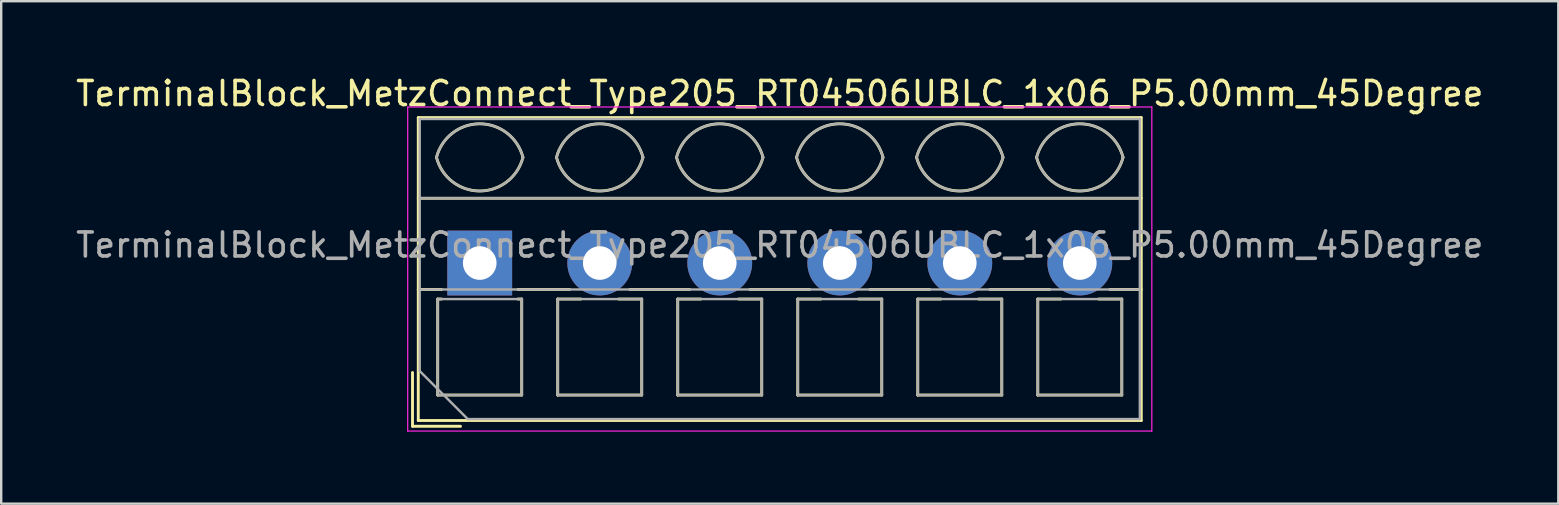
<source format=kicad_pcb>
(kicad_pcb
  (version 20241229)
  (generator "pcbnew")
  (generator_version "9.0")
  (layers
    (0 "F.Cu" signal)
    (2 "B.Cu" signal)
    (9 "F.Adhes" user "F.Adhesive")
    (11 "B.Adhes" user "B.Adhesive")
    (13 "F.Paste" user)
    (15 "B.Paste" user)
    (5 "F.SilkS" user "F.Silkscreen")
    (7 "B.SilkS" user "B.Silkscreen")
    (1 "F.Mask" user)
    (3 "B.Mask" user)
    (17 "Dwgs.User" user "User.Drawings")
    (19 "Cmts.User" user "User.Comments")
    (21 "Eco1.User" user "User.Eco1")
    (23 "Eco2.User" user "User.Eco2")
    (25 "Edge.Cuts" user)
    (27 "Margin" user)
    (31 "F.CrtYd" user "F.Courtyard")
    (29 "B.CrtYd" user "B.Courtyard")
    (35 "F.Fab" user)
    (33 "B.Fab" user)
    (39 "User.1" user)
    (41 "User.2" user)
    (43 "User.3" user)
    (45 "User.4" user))
  (footprint "TerminalBlock_MetzConnect_Type205_RT04506UBLC_1x06_P5.00mm_45Degree"
    (layer "F.Cu")
    (at 16.935 7.908)
    (property "Reference" "TerminalBlock_MetzConnect_Type205_RT04506UBLC_1x06_P5.00mm_45Degree" (at 12.5 -7.06 0) (layer "F.SilkS") (effects (font (size 1 1) (thickness 0.15))))
    (attr through_hole)
    (fp_line (start -2.8 4.56) (end -2.8 6.8) (stroke (width 0.12) (type solid)) (layer "F.SilkS"))
    (fp_line (start -2.8 6.8) (end -0.8 6.8) (stroke (width 0.12) (type solid)) (layer "F.SilkS"))
    (fp_line (start -2.56 -6.06) (end -2.56 6.56) (stroke (width 0.12) (type solid)) (layer "F.SilkS"))
    (fp_line (start -2.56 -6.06) (end 27.56 -6.06) (stroke (width 0.12) (type solid)) (layer "F.SilkS"))
    (fp_line (start -2.56 -2.7) (end 27.56 -2.7) (stroke (width 0.12) (type solid)) (layer "F.SilkS"))
    (fp_line (start -2.56 1.1) (end -1.59 1.1) (stroke (width 0.12) (type solid)) (layer "F.SilkS"))
    (fp_line (start -2.56 6.56) (end 27.56 6.56) (stroke (width 0.12) (type solid)) (layer "F.SilkS"))
    (fp_line (start -1.75 1.5) (end -1.75 5.5) (stroke (width 0.12) (type solid)) (layer "F.SilkS"))
    (fp_line (start -1.75 1.5) (end -1.59 1.5) (stroke (width 0.12) (type solid)) (layer "F.SilkS"))
    (fp_line (start -1.75 5.5) (end 1.75 5.5) (stroke (width 0.12) (type solid)) (layer "F.SilkS"))
    (fp_line (start 1.59 1.1) (end 3.744 1.1) (stroke (width 0.12) (type solid)) (layer "F.SilkS"))
    (fp_line (start 1.59 1.5) (end 1.75 1.5) (stroke (width 0.12) (type solid)) (layer "F.SilkS"))
    (fp_line (start 1.75 1.5) (end 1.75 5.5) (stroke (width 0.12) (type solid)) (layer "F.SilkS"))
    (fp_line (start 3.25 1.5) (end 3.25 5.5) (stroke (width 0.12) (type solid)) (layer "F.SilkS"))
    (fp_line (start 3.25 1.5) (end 4.216 1.5) (stroke (width 0.12) (type solid)) (layer "F.SilkS"))
    (fp_line (start 3.25 5.5) (end 6.75 5.5) (stroke (width 0.12) (type solid)) (layer "F.SilkS"))
    (fp_line (start 5.785 1.5) (end 6.75 1.5) (stroke (width 0.12) (type solid)) (layer "F.SilkS"))
    (fp_line (start 6.257 1.1) (end 8.744 1.1) (stroke (width 0.12) (type solid)) (layer "F.SilkS"))
    (fp_line (start 6.75 1.5) (end 6.75 5.5) (stroke (width 0.12) (type solid)) (layer "F.SilkS"))
    (fp_line (start 8.25 1.5) (end 8.25 5.5) (stroke (width 0.12) (type solid)) (layer "F.SilkS"))
    (fp_line (start 8.25 1.5) (end 9.216 1.5) (stroke (width 0.12) (type solid)) (layer "F.SilkS"))
    (fp_line (start 8.25 5.5) (end 11.75 5.5) (stroke (width 0.12) (type solid)) (layer "F.SilkS"))
    (fp_line (start 10.785 1.5) (end 11.75 1.5) (stroke (width 0.12) (type solid)) (layer "F.SilkS"))
    (fp_line (start 11.257 1.1) (end 13.744 1.1) (stroke (width 0.12) (type solid)) (layer "F.SilkS"))
    (fp_line (start 11.75 1.5) (end 11.75 5.5) (stroke (width 0.12) (type solid)) (layer "F.SilkS"))
    (fp_line (start 13.25 1.5) (end 13.25 5.5) (stroke (width 0.12) (type solid)) (layer "F.SilkS"))
    (fp_line (start 13.25 1.5) (end 14.216 1.5) (stroke (width 0.12) (type solid)) (layer "F.SilkS"))
    (fp_line (start 13.25 5.5) (end 16.75 5.5) (stroke (width 0.12) (type solid)) (layer "F.SilkS"))
    (fp_line (start 15.785 1.5) (end 16.75 1.5) (stroke (width 0.12) (type solid)) (layer "F.SilkS"))
    (fp_line (start 16.257 1.1) (end 18.744 1.1) (stroke (width 0.12) (type solid)) (layer "F.SilkS"))
    (fp_line (start 16.75 1.5) (end 16.75 5.5) (stroke (width 0.12) (type solid)) (layer "F.SilkS"))
    (fp_line (start 18.25 1.5) (end 18.25 5.5) (stroke (width 0.12) (type solid)) (layer "F.SilkS"))
    (fp_line (start 18.25 1.5) (end 19.216 1.5) (stroke (width 0.12) (type solid)) (layer "F.SilkS"))
    (fp_line (start 18.25 5.5) (end 21.75 5.5) (stroke (width 0.12) (type solid)) (layer "F.SilkS"))
    (fp_line (start 20.785 1.5) (end 21.75 1.5) (stroke (width 0.12) (type solid)) (layer "F.SilkS"))
    (fp_line (start 21.257 1.1) (end 23.744 1.1) (stroke (width 0.12) (type solid)) (layer "F.SilkS"))
    (fp_line (start 21.75 1.5) (end 21.75 5.5) (stroke (width 0.12) (type solid)) (layer "F.SilkS"))
    (fp_line (start 23.25 1.5) (end 23.25 5.5) (stroke (width 0.12) (type solid)) (layer "F.SilkS"))
    (fp_line (start 23.25 1.5) (end 24.216 1.5) (stroke (width 0.12) (type solid)) (layer "F.SilkS"))
    (fp_line (start 23.25 5.5) (end 26.75 5.5) (stroke (width 0.12) (type solid)) (layer "F.SilkS"))
    (fp_line (start 25.785 1.5) (end 26.75 1.5) (stroke (width 0.12) (type solid)) (layer "F.SilkS"))
    (fp_line (start 26.257 1.1) (end 27.56 1.1) (stroke (width 0.12) (type solid)) (layer "F.SilkS"))
    (fp_line (start 26.75 1.5) (end 26.75 5.5) (stroke (width 0.12) (type solid)) (layer "F.SilkS"))
    (fp_line (start 27.56 -6.06) (end 27.56 6.56) (stroke (width 0.12) (type solid)) (layer "F.SilkS"))
    (fp_arc (start -1.800846 -4.400605) (mid 0.000312 -5.801077) (end 1.801 -4.4) (stroke (width 0.12) (type solid)) (layer "F.SilkS"))
    (fp_arc (start 1.8 -4.4) (mid -0.000903 -3.000646) (end -1.800445 -4.401751) (stroke (width 0.12) (type solid)) (layer "F.SilkS"))
    (fp_arc (start 3.199154 -4.400605) (mid 5.000312 -5.801077) (end 6.801 -4.4) (stroke (width 0.12) (type solid)) (layer "F.SilkS"))
    (fp_arc (start 6.8 -4.4) (mid 4.999097 -3.000646) (end 3.199555 -4.401751) (stroke (width 0.12) (type solid)) (layer "F.SilkS"))
    (fp_arc (start 8.199154 -4.400605) (mid 10.000312 -5.801077) (end 11.801 -4.4) (stroke (width 0.12) (type solid)) (layer "F.SilkS"))
    (fp_arc (start 11.8 -4.4) (mid 9.999097 -3.000646) (end 8.199555 -4.401751) (stroke (width 0.12) (type solid)) (layer "F.SilkS"))
    (fp_arc (start 13.199154 -4.400605) (mid 15.000312 -5.801077) (end 16.801 -4.4) (stroke (width 0.12) (type solid)) (layer "F.SilkS"))
    (fp_arc (start 16.8 -4.4) (mid 14.999097 -3.000646) (end 13.199555 -4.401751) (stroke (width 0.12) (type solid)) (layer "F.SilkS"))
    (fp_arc (start 18.199154 -4.400605) (mid 20.000312 -5.801077) (end 21.801 -4.4) (stroke (width 0.12) (type solid)) (layer "F.SilkS"))
    (fp_arc (start 21.8 -4.4) (mid 19.999097 -3.000646) (end 18.199555 -4.401751) (stroke (width 0.12) (type solid)) (layer "F.SilkS"))
    (fp_arc (start 23.199154 -4.400605) (mid 25.000312 -5.801077) (end 26.801 -4.4) (stroke (width 0.12) (type solid)) (layer "F.SilkS"))
    (fp_arc (start 26.8 -4.4) (mid 24.999097 -3.000646) (end 23.199555 -4.401751) (stroke (width 0.12) (type solid)) (layer "F.SilkS"))
    (fp_line (start -3 -6.5) (end -3 7) (stroke (width 0.05) (type solid)) (layer "F.CrtYd"))
    (fp_line (start -3 7) (end 28 7) (stroke (width 0.05) (type solid)) (layer "F.CrtYd"))
    (fp_line (start 28 -6.5) (end -3 -6.5) (stroke (width 0.05) (type solid)) (layer "F.CrtYd"))
    (fp_line (start 28 7) (end 28 -6.5) (stroke (width 0.05) (type solid)) (layer "F.CrtYd"))
    (fp_line (start -2.5 -6) (end 27.5 -6) (stroke (width 0.1) (type solid)) (layer "F.Fab"))
    (fp_line (start -2.5 -2.7) (end 27.5 -2.7) (stroke (width 0.1) (type solid)) (layer "F.Fab"))
    (fp_line (start -2.5 1.1) (end 27.5 1.1) (stroke (width 0.1) (type solid)) (layer "F.Fab"))
    (fp_line (start -2.5 4.5) (end -2.5 -6) (stroke (width 0.1) (type solid)) (layer "F.Fab"))
    (fp_line (start -1.75 1.5) (end -1.75 5.5) (stroke (width 0.1) (type solid)) (layer "F.Fab"))
    (fp_line (start -1.75 5.5) (end 1.75 5.5) (stroke (width 0.1) (type solid)) (layer "F.Fab"))
    (fp_line (start -0.5 6.5) (end -2.5 4.5) (stroke (width 0.1) (type solid)) (layer "F.Fab"))
    (fp_line (start 1.75 1.5) (end -1.75 1.5) (stroke (width 0.1) (type solid)) (layer "F.Fab"))
    (fp_line (start 1.75 5.5) (end 1.75 1.5) (stroke (width 0.1) (type solid)) (layer "F.Fab"))
    (fp_line (start 3.25 1.5) (end 3.25 5.5) (stroke (width 0.1) (type solid)) (layer "F.Fab"))
    (fp_line (start 3.25 5.5) (end 6.75 5.5) (stroke (width 0.1) (type solid)) (layer "F.Fab"))
    (fp_line (start 6.75 1.5) (end 3.25 1.5) (stroke (width 0.1) (type solid)) (layer "F.Fab"))
    (fp_line (start 6.75 5.5) (end 6.75 1.5) (stroke (width 0.1) (type solid)) (layer "F.Fab"))
    (fp_line (start 8.25 1.5) (end 8.25 5.5) (stroke (width 0.1) (type solid)) (layer "F.Fab"))
    (fp_line (start 8.25 5.5) (end 11.75 5.5) (stroke (width 0.1) (type solid)) (layer "F.Fab"))
    (fp_line (start 11.75 1.5) (end 8.25 1.5) (stroke (width 0.1) (type solid)) (layer "F.Fab"))
    (fp_line (start 11.75 5.5) (end 11.75 1.5) (stroke (width 0.1) (type solid)) (layer "F.Fab"))
    (fp_line (start 13.25 1.5) (end 13.25 5.5) (stroke (width 0.1) (type solid)) (layer "F.Fab"))
    (fp_line (start 13.25 5.5) (end 16.75 5.5) (stroke (width 0.1) (type solid)) (layer "F.Fab"))
    (fp_line (start 16.75 1.5) (end 13.25 1.5) (stroke (width 0.1) (type solid)) (layer "F.Fab"))
    (fp_line (start 16.75 5.5) (end 16.75 1.5) (stroke (width 0.1) (type solid)) (layer "F.Fab"))
    (fp_line (start 18.25 1.5) (end 18.25 5.5) (stroke (width 0.1) (type solid)) (layer "F.Fab"))
    (fp_line (start 18.25 5.5) (end 21.75 5.5) (stroke (width 0.1) (type solid)) (layer "F.Fab"))
    (fp_line (start 21.75 1.5) (end 18.25 1.5) (stroke (width 0.1) (type solid)) (layer "F.Fab"))
    (fp_line (start 21.75 5.5) (end 21.75 1.5) (stroke (width 0.1) (type solid)) (layer "F.Fab"))
    (fp_line (start 23.25 1.5) (end 23.25 5.5) (stroke (width 0.1) (type solid)) (layer "F.Fab"))
    (fp_line (start 23.25 5.5) (end 26.75 5.5) (stroke (width 0.1) (type solid)) (layer "F.Fab"))
    (fp_line (start 26.75 1.5) (end 23.25 1.5) (stroke (width 0.1) (type solid)) (layer "F.Fab"))
    (fp_line (start 26.75 5.5) (end 26.75 1.5) (stroke (width 0.1) (type solid)) (layer "F.Fab"))
    (fp_line (start 27.5 -6) (end 27.5 6.5) (stroke (width 0.1) (type solid)) (layer "F.Fab"))
    (fp_line (start 27.5 6.5) (end -0.5 6.5) (stroke (width 0.1) (type solid)) (layer "F.Fab"))
    (fp_arc (start -1.800846 -4.400605) (mid 0.000312 -5.801077) (end 1.801 -4.4) (stroke (width 0.1) (type solid)) (layer "F.Fab"))
    (fp_arc (start 1.8 -4.4) (mid -0.000903 -3.000646) (end -1.800445 -4.401751) (stroke (width 0.1) (type solid)) (layer "F.Fab"))
    (fp_arc (start 3.199154 -4.400605) (mid 5.000312 -5.801077) (end 6.801 -4.4) (stroke (width 0.1) (type solid)) (layer "F.Fab"))
    (fp_arc (start 6.8 -4.4) (mid 4.999097 -3.000646) (end 3.199555 -4.401751) (stroke (width 0.1) (type solid)) (layer "F.Fab"))
    (fp_arc (start 8.199154 -4.400605) (mid 10.000312 -5.801077) (end 11.801 -4.4) (stroke (width 0.1) (type solid)) (layer "F.Fab"))
    (fp_arc (start 11.8 -4.4) (mid 9.999097 -3.000646) (end 8.199555 -4.401751) (stroke (width 0.1) (type solid)) (layer "F.Fab"))
    (fp_arc (start 13.199154 -4.400605) (mid 15.000312 -5.801077) (end 16.801 -4.4) (stroke (width 0.1) (type solid)) (layer "F.Fab"))
    (fp_arc (start 16.8 -4.4) (mid 14.999097 -3.000646) (end 13.199555 -4.401751) (stroke (width 0.1) (type solid)) (layer "F.Fab"))
    (fp_arc (start 18.199154 -4.400605) (mid 20.000312 -5.801077) (end 21.801 -4.4) (stroke (width 0.1) (type solid)) (layer "F.Fab"))
    (fp_arc (start 21.8 -4.4) (mid 19.999097 -3.000646) (end 18.199555 -4.401751) (stroke (width 0.1) (type solid)) (layer "F.Fab"))
    (fp_arc (start 23.199154 -4.400605) (mid 25.000312 -5.801077) (end 26.801 -4.4) (stroke (width 0.1) (type solid)) (layer "F.Fab"))
    (fp_arc (start 26.8 -4.4) (mid 24.999097 -3.000646) (end 23.199555 -4.401751) (stroke (width 0.1) (type solid)) (layer "F.Fab"))
    (fp_text user "${REFERENCE}" (at 12.5 -0.75 0) (layer "F.Fab") (effects (font (size 1 1) (thickness 0.15))))
    (pad "1" thru_hole rect (at 0 0) (size 2.7 2.7) (drill 1.4) (layers "*.Cu" "*.Mask"))
    (pad "2" thru_hole circle (at 5 0) (size 2.7 2.7) (drill 1.4) (layers "*.Cu" "*.Mask"))
    (pad "3" thru_hole circle (at 10 0) (size 2.7 2.7) (drill 1.4) (layers "*.Cu" "*.Mask"))
    (pad "4" thru_hole circle (at 15 0) (size 2.7 2.7) (drill 1.4) (layers "*.Cu" "*.Mask"))
    (pad "5" thru_hole circle (at 20 0) (size 2.7 2.7) (drill 1.4) (layers "*.Cu" "*.Mask"))
    (pad "6" thru_hole circle (at 25 0) (size 2.7 2.7) (drill 1.4) (layers "*.Cu" "*.Mask")))
  (gr_rect
    (start -3 -3)
    (end 61.869 17.933)
    (stroke (width 0.1) (type default))
    (fill no)
    (layer "Edge.Cuts")))
</source>
